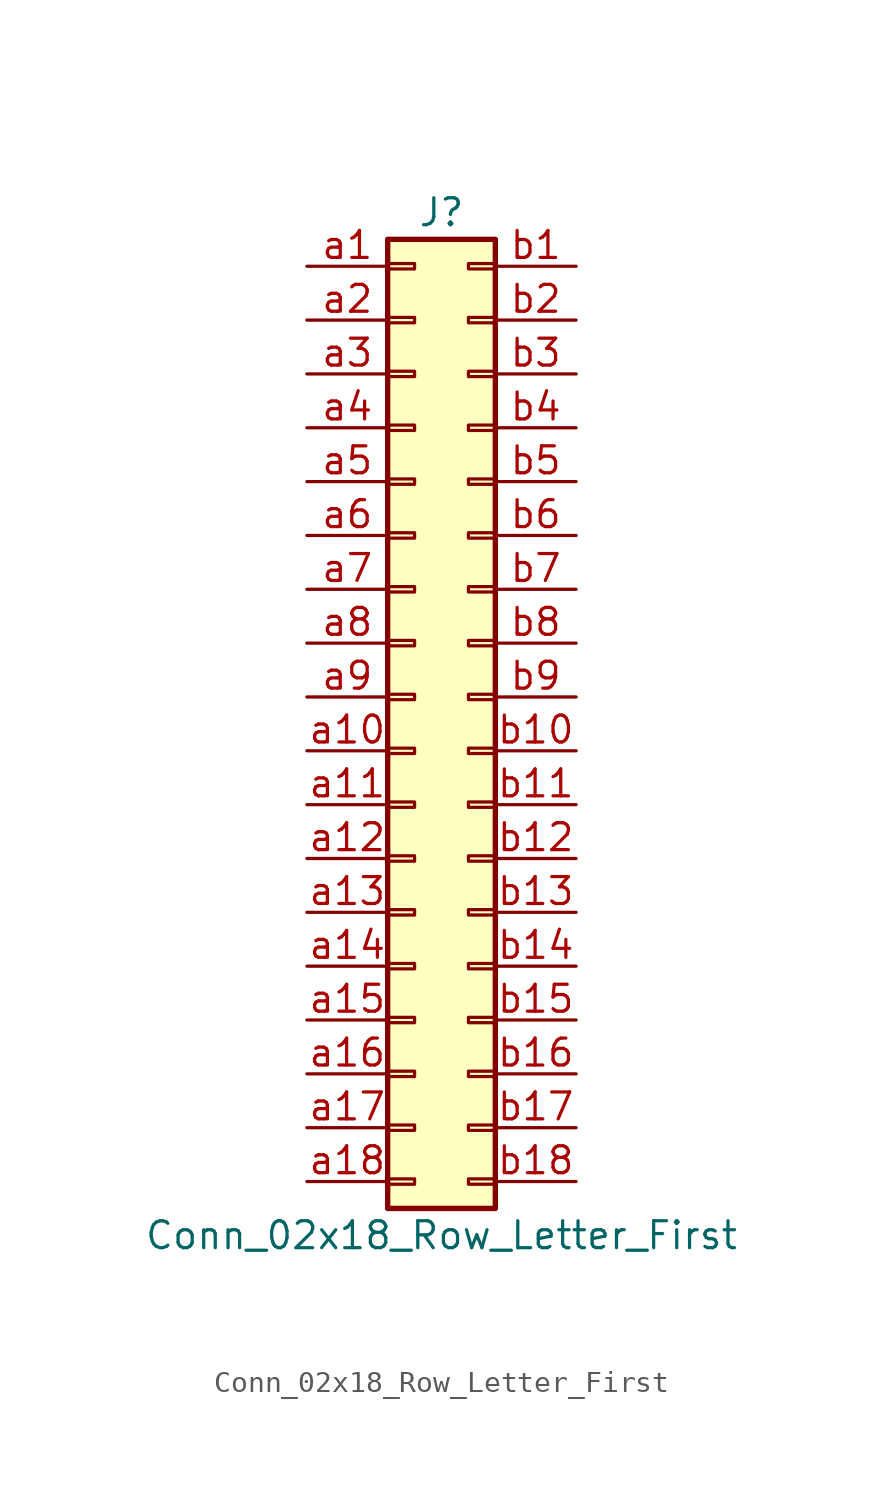
<source format=kicad_sym>
(kicad_symbol_lib
  (version 20201005)
  (generator kicad_symbol_editor)
  (symbol "Conn_02x18_Row_Letter_First"
    (pin_names
      (offset 1.016) hide)
    (property "Reference" "J"
      (at 1.27 22.86 0)
      (effects (font (size 1.27 1.27))))
    (property "Value" "Conn_02x18_Row_Letter_First"
      (at 1.27 -25.4 0)
      (effects (font (size 1.27 1.27))))
    (symbol "Conn_02x18_Row_Letter_First_1_1"
      (rectangle (start -1.27 -22.733) (end 0 -22.987) (stroke (width 0.152)) (fill (type none)))
      (rectangle (start -1.27 -20.193) (end 0 -20.447) (stroke (width 0.152)) (fill (type none)))
      (rectangle (start -1.27 -17.653) (end 0 -17.907) (stroke (width 0.152)) (fill (type none)))
      (rectangle (start -1.27 -15.113) (end 0 -15.367) (stroke (width 0.152)) (fill (type none)))
      (rectangle (start -1.27 -12.573) (end 0 -12.827) (stroke (width 0.152)) (fill (type none)))
      (rectangle (start -1.27 -10.033) (end 0 -10.287) (stroke (width 0.152)) (fill (type none)))
      (rectangle (start -1.27 -7.493) (end 0 -7.747) (stroke (width 0.152)) (fill (type none)))
      (rectangle (start -1.27 -4.953) (end 0 -5.207) (stroke (width 0.152)) (fill (type none)))
      (rectangle (start -1.27 -2.413) (end 0 -2.667) (stroke (width 0.152)) (fill (type none)))
      (rectangle (start -1.27 0.127) (end 0 -0.127) (stroke (width 0.152)) (fill (type none)))
      (rectangle (start -1.27 2.667) (end 0 2.413) (stroke (width 0.152)) (fill (type none)))
      (rectangle (start -1.27 5.207) (end 0 4.953) (stroke (width 0.152)) (fill (type none)))
      (rectangle (start -1.27 7.747) (end 0 7.493) (stroke (width 0.152)) (fill (type none)))
      (rectangle (start -1.27 10.287) (end 0 10.033) (stroke (width 0.152)) (fill (type none)))
      (rectangle (start -1.27 12.827) (end 0 12.573) (stroke (width 0.152)) (fill (type none)))
      (rectangle (start -1.27 15.367) (end 0 15.113) (stroke (width 0.152)) (fill (type none)))
      (rectangle (start -1.27 17.907) (end 0 17.653) (stroke (width 0.152)) (fill (type none)))
      (rectangle (start -1.27 20.447) (end 0 20.193) (stroke (width 0.152)) (fill (type none)))
      (rectangle (start -1.27 21.59) (end 3.81 -24.13) (stroke (width 0.254)) (fill (type background)))
      (rectangle (start 3.81 -22.733) (end 2.54 -22.987) (stroke (width 0.152)) (fill (type none)))
      (rectangle (start 3.81 -20.193) (end 2.54 -20.447) (stroke (width 0.152)) (fill (type none)))
      (rectangle (start 3.81 -17.653) (end 2.54 -17.907) (stroke (width 0.152)) (fill (type none)))
      (rectangle (start 3.81 -15.113) (end 2.54 -15.367) (stroke (width 0.152)) (fill (type none)))
      (rectangle (start 3.81 -12.573) (end 2.54 -12.827) (stroke (width 0.152)) (fill (type none)))
      (rectangle (start 3.81 -10.033) (end 2.54 -10.287) (stroke (width 0.152)) (fill (type none)))
      (rectangle (start 3.81 -7.493) (end 2.54 -7.747) (stroke (width 0.152)) (fill (type none)))
      (rectangle (start 3.81 -4.953) (end 2.54 -5.207) (stroke (width 0.152)) (fill (type none)))
      (rectangle (start 3.81 -2.413) (end 2.54 -2.667) (stroke (width 0.152)) (fill (type none)))
      (rectangle (start 3.81 0.127) (end 2.54 -0.127) (stroke (width 0.152)) (fill (type none)))
      (rectangle (start 3.81 2.667) (end 2.54 2.413) (stroke (width 0.152)) (fill (type none)))
      (rectangle (start 3.81 5.207) (end 2.54 4.953) (stroke (width 0.152)) (fill (type none)))
      (rectangle (start 3.81 7.747) (end 2.54 7.493) (stroke (width 0.152)) (fill (type none)))
      (rectangle (start 3.81 10.287) (end 2.54 10.033) (stroke (width 0.152)) (fill (type none)))
      (rectangle (start 3.81 12.827) (end 2.54 12.573) (stroke (width 0.152)) (fill (type none)))
      (rectangle (start 3.81 15.367) (end 2.54 15.113) (stroke (width 0.152)) (fill (type none)))
      (rectangle (start 3.81 17.907) (end 2.54 17.653) (stroke (width 0.152)) (fill (type none)))
      (rectangle (start 3.81 20.447) (end 2.54 20.193) (stroke (width 0.152)) (fill (type none)))
      (pin passive line (at -5.08 20.32 0) (length 3.81) (name "Pin_a1" (effects (font (size 1.27 1.27)))) (number "a1" (effects (font (size 1.27 1.27)))))
      (pin passive line (at -5.08 -2.54 0) (length 3.81) (name "Pin_a10" (effects (font (size 1.27 1.27)))) (number "a10" (effects (font (size 1.27 1.27)))))
      (pin passive line (at -5.08 -5.08 0) (length 3.81) (name "Pin_a11" (effects (font (size 1.27 1.27)))) (number "a11" (effects (font (size 1.27 1.27)))))
      (pin passive line (at -5.08 -7.62 0) (length 3.81) (name "Pin_a12" (effects (font (size 1.27 1.27)))) (number "a12" (effects (font (size 1.27 1.27)))))
      (pin passive line (at -5.08 -10.16 0) (length 3.81) (name "Pin_a13" (effects (font (size 1.27 1.27)))) (number "a13" (effects (font (size 1.27 1.27)))))
      (pin passive line (at -5.08 -12.7 0) (length 3.81) (name "Pin_a14" (effects (font (size 1.27 1.27)))) (number "a14" (effects (font (size 1.27 1.27)))))
      (pin passive line (at -5.08 -15.24 0) (length 3.81) (name "Pin_a15" (effects (font (size 1.27 1.27)))) (number "a15" (effects (font (size 1.27 1.27)))))
      (pin passive line (at -5.08 -17.78 0) (length 3.81) (name "Pin_a16" (effects (font (size 1.27 1.27)))) (number "a16" (effects (font (size 1.27 1.27)))))
      (pin passive line (at -5.08 -20.32 0) (length 3.81) (name "Pin_a17" (effects (font (size 1.27 1.27)))) (number "a17" (effects (font (size 1.27 1.27)))))
      (pin passive line (at -5.08 -22.86 0) (length 3.81) (name "Pin_a18" (effects (font (size 1.27 1.27)))) (number "a18" (effects (font (size 1.27 1.27)))))
      (pin passive line (at -5.08 17.78 0) (length 3.81) (name "Pin_a2" (effects (font (size 1.27 1.27)))) (number "a2" (effects (font (size 1.27 1.27)))))
      (pin passive line (at -5.08 15.24 0) (length 3.81) (name "Pin_a3" (effects (font (size 1.27 1.27)))) (number "a3" (effects (font (size 1.27 1.27)))))
      (pin passive line (at -5.08 12.7 0) (length 3.81) (name "Pin_a4" (effects (font (size 1.27 1.27)))) (number "a4" (effects (font (size 1.27 1.27)))))
      (pin passive line (at -5.08 10.16 0) (length 3.81) (name "Pin_a5" (effects (font (size 1.27 1.27)))) (number "a5" (effects (font (size 1.27 1.27)))))
      (pin passive line (at -5.08 7.62 0) (length 3.81) (name "Pin_a6" (effects (font (size 1.27 1.27)))) (number "a6" (effects (font (size 1.27 1.27)))))
      (pin passive line (at -5.08 5.08 0) (length 3.81) (name "Pin_a7" (effects (font (size 1.27 1.27)))) (number "a7" (effects (font (size 1.27 1.27)))))
      (pin passive line (at -5.08 2.54 0) (length 3.81) (name "Pin_a8" (effects (font (size 1.27 1.27)))) (number "a8" (effects (font (size 1.27 1.27)))))
      (pin passive line (at -5.08 0 0) (length 3.81) (name "Pin_a9" (effects (font (size 1.27 1.27)))) (number "a9" (effects (font (size 1.27 1.27)))))
      (pin passive line (at 7.62 20.32 180) (length 3.81) (name "Pin_b1" (effects (font (size 1.27 1.27)))) (number "b1" (effects (font (size 1.27 1.27)))))
      (pin passive line (at 7.62 -2.54 180) (length 3.81) (name "Pin_b10" (effects (font (size 1.27 1.27)))) (number "b10" (effects (font (size 1.27 1.27)))))
      (pin passive line (at 7.62 -5.08 180) (length 3.81) (name "Pin_b11" (effects (font (size 1.27 1.27)))) (number "b11" (effects (font (size 1.27 1.27)))))
      (pin passive line (at 7.62 -7.62 180) (length 3.81) (name "Pin_b12" (effects (font (size 1.27 1.27)))) (number "b12" (effects (font (size 1.27 1.27)))))
      (pin passive line (at 7.62 -10.16 180) (length 3.81) (name "Pin_b13" (effects (font (size 1.27 1.27)))) (number "b13" (effects (font (size 1.27 1.27)))))
      (pin passive line (at 7.62 -12.7 180) (length 3.81) (name "Pin_b14" (effects (font (size 1.27 1.27)))) (number "b14" (effects (font (size 1.27 1.27)))))
      (pin passive line (at 7.62 -15.24 180) (length 3.81) (name "Pin_b15" (effects (font (size 1.27 1.27)))) (number "b15" (effects (font (size 1.27 1.27)))))
      (pin passive line (at 7.62 -17.78 180) (length 3.81) (name "Pin_b16" (effects (font (size 1.27 1.27)))) (number "b16" (effects (font (size 1.27 1.27)))))
      (pin passive line (at 7.62 -20.32 180) (length 3.81) (name "Pin_b17" (effects (font (size 1.27 1.27)))) (number "b17" (effects (font (size 1.27 1.27)))))
      (pin passive line (at 7.62 -22.86 180) (length 3.81) (name "Pin_b18" (effects (font (size 1.27 1.27)))) (number "b18" (effects (font (size 1.27 1.27)))))
      (pin passive line (at 7.62 17.78 180) (length 3.81) (name "Pin_b2" (effects (font (size 1.27 1.27)))) (number "b2" (effects (font (size 1.27 1.27)))))
      (pin passive line (at 7.62 15.24 180) (length 3.81) (name "Pin_b3" (effects (font (size 1.27 1.27)))) (number "b3" (effects (font (size 1.27 1.27)))))
      (pin passive line (at 7.62 12.7 180) (length 3.81) (name "Pin_b4" (effects (font (size 1.27 1.27)))) (number "b4" (effects (font (size 1.27 1.27)))))
      (pin passive line (at 7.62 10.16 180) (length 3.81) (name "Pin_b5" (effects (font (size 1.27 1.27)))) (number "b5" (effects (font (size 1.27 1.27)))))
      (pin passive line (at 7.62 7.62 180) (length 3.81) (name "Pin_b6" (effects (font (size 1.27 1.27)))) (number "b6" (effects (font (size 1.27 1.27)))))
      (pin passive line (at 7.62 5.08 180) (length 3.81) (name "Pin_b7" (effects (font (size 1.27 1.27)))) (number "b7" (effects (font (size 1.27 1.27)))))
      (pin passive line (at 7.62 2.54 180) (length 3.81) (name "Pin_b8" (effects (font (size 1.27 1.27)))) (number "b8" (effects (font (size 1.27 1.27)))))
      (pin passive line (at 7.62 0 180) (length 3.81) (name "Pin_b9" (effects (font (size 1.27 1.27)))) (number "b9" (effects (font (size 1.27 1.27))))))))
</source>
